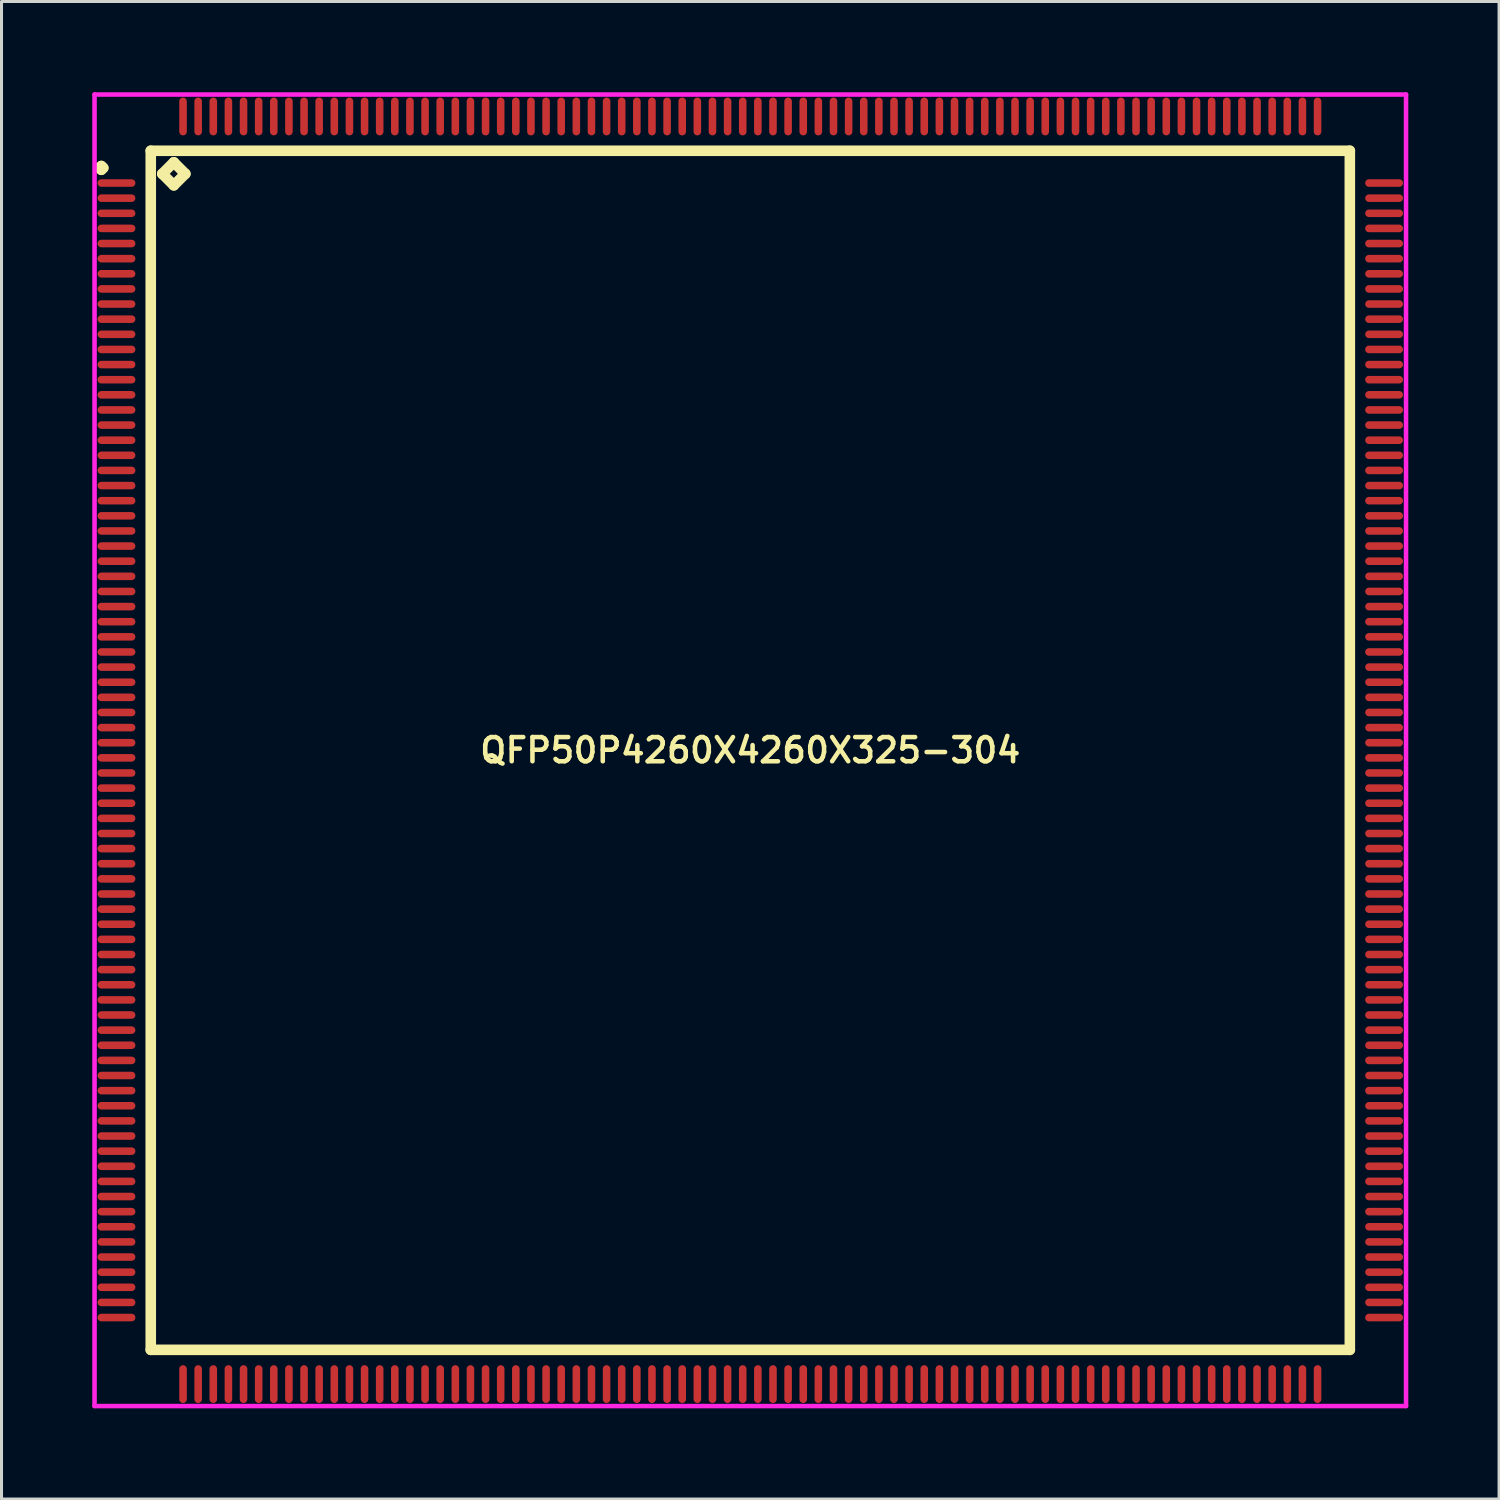
<source format=kicad_pcb>
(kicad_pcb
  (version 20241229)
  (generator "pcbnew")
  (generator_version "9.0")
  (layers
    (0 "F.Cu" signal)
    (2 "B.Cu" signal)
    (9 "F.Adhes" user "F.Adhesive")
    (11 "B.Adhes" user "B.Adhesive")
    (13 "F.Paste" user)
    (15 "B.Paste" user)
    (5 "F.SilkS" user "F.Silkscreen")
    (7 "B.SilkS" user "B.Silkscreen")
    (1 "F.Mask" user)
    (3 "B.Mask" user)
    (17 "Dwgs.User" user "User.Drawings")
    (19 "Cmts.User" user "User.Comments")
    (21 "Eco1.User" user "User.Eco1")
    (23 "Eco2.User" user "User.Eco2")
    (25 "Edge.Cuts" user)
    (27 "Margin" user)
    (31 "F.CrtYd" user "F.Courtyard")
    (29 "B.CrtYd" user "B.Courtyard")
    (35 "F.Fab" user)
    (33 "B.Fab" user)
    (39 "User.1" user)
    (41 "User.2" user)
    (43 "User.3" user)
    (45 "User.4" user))
  (footprint "QFP50P4260X4260X325-304"
    (layer "F.Cu")
    (at 21.75 21.75)
    (property "Reference" "QFP50P4260X4260X325-304" (at 0 0 0) (layer "F.SilkS") (effects (font (size 0.8 0.8) (thickness 0.15))))
    (attr smd)
    (fp_line (start -21.512 -19.25) (end -21.45 -19.312) (stroke (width 0.35) (type solid)) (layer "F.SilkS"))
    (fp_line (start -21.45 -19.312) (end -21.387 -19.25) (stroke (width 0.35) (type solid)) (layer "F.SilkS"))
    (fp_line (start -21.45 -19.188) (end -21.512 -19.25) (stroke (width 0.35) (type solid)) (layer "F.SilkS"))
    (fp_line (start -21.387 -19.25) (end -21.45 -19.188) (stroke (width 0.35) (type solid)) (layer "F.SilkS"))
    (fp_line (start -19.817 -19.817) (end -19.817 19.817) (stroke (width 0.35) (type solid)) (layer "F.SilkS"))
    (fp_line (start -19.817 19.817) (end 19.817 19.817) (stroke (width 0.35) (type solid)) (layer "F.SilkS"))
    (fp_line (start -19.436 -19.055) (end -19.055 -19.436) (stroke (width 0.35) (type solid)) (layer "F.SilkS"))
    (fp_line (start -19.055 -19.436) (end -18.674 -19.055) (stroke (width 0.35) (type solid)) (layer "F.SilkS"))
    (fp_line (start -19.055 -18.674) (end -19.436 -19.055) (stroke (width 0.35) (type solid)) (layer "F.SilkS"))
    (fp_line (start -18.674 -19.055) (end -19.055 -18.674) (stroke (width 0.35) (type solid)) (layer "F.SilkS"))
    (fp_line (start 19.817 -19.817) (end -19.817 -19.817) (stroke (width 0.35) (type solid)) (layer "F.SilkS"))
    (fp_line (start 19.817 19.817) (end 19.817 -19.817) (stroke (width 0.35) (type solid)) (layer "F.SilkS"))
    (fp_line (start -21.675 -21.675) (end 21.675 -21.675) (stroke (width 0.15) (type solid)) (layer "F.CrtYd"))
    (fp_line (start -21.675 21.675) (end -21.675 -21.675) (stroke (width 0.15) (type solid)) (layer "F.CrtYd"))
    (fp_line (start 21.675 -21.675) (end 21.675 21.675) (stroke (width 0.15) (type solid)) (layer "F.CrtYd"))
    (fp_line (start 21.675 21.675) (end -21.675 21.675) (stroke (width 0.15) (type solid)) (layer "F.CrtYd"))
    (pad "1" smd oval (at -20.95 -18.75) (size 1.25 0.25) (layers "F.Cu" "F.Mask" "F.Paste"))
    (pad "2" smd oval (at -20.95 -18.25) (size 1.25 0.25) (layers "F.Cu" "F.Mask" "F.Paste"))
    (pad "3" smd oval (at -20.95 -17.75) (size 1.25 0.25) (layers "F.Cu" "F.Mask" "F.Paste"))
    (pad "4" smd oval (at -20.95 -17.25) (size 1.25 0.25) (layers "F.Cu" "F.Mask" "F.Paste"))
    (pad "5" smd oval (at -20.95 -16.75) (size 1.25 0.25) (layers "F.Cu" "F.Mask" "F.Paste"))
    (pad "6" smd oval (at -20.95 -16.25) (size 1.25 0.25) (layers "F.Cu" "F.Mask" "F.Paste"))
    (pad "7" smd oval (at -20.95 -15.75) (size 1.25 0.25) (layers "F.Cu" "F.Mask" "F.Paste"))
    (pad "8" smd oval (at -20.95 -15.25) (size 1.25 0.25) (layers "F.Cu" "F.Mask" "F.Paste"))
    (pad "9" smd oval (at -20.95 -14.75) (size 1.25 0.25) (layers "F.Cu" "F.Mask" "F.Paste"))
    (pad "10" smd oval (at -20.95 -14.25) (size 1.25 0.25) (layers "F.Cu" "F.Mask" "F.Paste"))
    (pad "11" smd oval (at -20.95 -13.75) (size 1.25 0.25) (layers "F.Cu" "F.Mask" "F.Paste"))
    (pad "12" smd oval (at -20.95 -13.25) (size 1.25 0.25) (layers "F.Cu" "F.Mask" "F.Paste"))
    (pad "13" smd oval (at -20.95 -12.75) (size 1.25 0.25) (layers "F.Cu" "F.Mask" "F.Paste"))
    (pad "14" smd oval (at -20.95 -12.25) (size 1.25 0.25) (layers "F.Cu" "F.Mask" "F.Paste"))
    (pad "15" smd oval (at -20.95 -11.75) (size 1.25 0.25) (layers "F.Cu" "F.Mask" "F.Paste"))
    (pad "16" smd oval (at -20.95 -11.25) (size 1.25 0.25) (layers "F.Cu" "F.Mask" "F.Paste"))
    (pad "17" smd oval (at -20.95 -10.75) (size 1.25 0.25) (layers "F.Cu" "F.Mask" "F.Paste"))
    (pad "18" smd oval (at -20.95 -10.25) (size 1.25 0.25) (layers "F.Cu" "F.Mask" "F.Paste"))
    (pad "19" smd oval (at -20.95 -9.75) (size 1.25 0.25) (layers "F.Cu" "F.Mask" "F.Paste"))
    (pad "20" smd oval (at -20.95 -9.25) (size 1.25 0.25) (layers "F.Cu" "F.Mask" "F.Paste"))
    (pad "21" smd oval (at -20.95 -8.75) (size 1.25 0.25) (layers "F.Cu" "F.Mask" "F.Paste"))
    (pad "22" smd oval (at -20.95 -8.25) (size 1.25 0.25) (layers "F.Cu" "F.Mask" "F.Paste"))
    (pad "23" smd oval (at -20.95 -7.75) (size 1.25 0.25) (layers "F.Cu" "F.Mask" "F.Paste"))
    (pad "24" smd oval (at -20.95 -7.25) (size 1.25 0.25) (layers "F.Cu" "F.Mask" "F.Paste"))
    (pad "25" smd oval (at -20.95 -6.75) (size 1.25 0.25) (layers "F.Cu" "F.Mask" "F.Paste"))
    (pad "26" smd oval (at -20.95 -6.25) (size 1.25 0.25) (layers "F.Cu" "F.Mask" "F.Paste"))
    (pad "27" smd oval (at -20.95 -5.75) (size 1.25 0.25) (layers "F.Cu" "F.Mask" "F.Paste"))
    (pad "28" smd oval (at -20.95 -5.25) (size 1.25 0.25) (layers "F.Cu" "F.Mask" "F.Paste"))
    (pad "29" smd oval (at -20.95 -4.75) (size 1.25 0.25) (layers "F.Cu" "F.Mask" "F.Paste"))
    (pad "30" smd oval (at -20.95 -4.25) (size 1.25 0.25) (layers "F.Cu" "F.Mask" "F.Paste"))
    (pad "31" smd oval (at -20.95 -3.75) (size 1.25 0.25) (layers "F.Cu" "F.Mask" "F.Paste"))
    (pad "32" smd oval (at -20.95 -3.25) (size 1.25 0.25) (layers "F.Cu" "F.Mask" "F.Paste"))
    (pad "33" smd oval (at -20.95 -2.75) (size 1.25 0.25) (layers "F.Cu" "F.Mask" "F.Paste"))
    (pad "34" smd oval (at -20.95 -2.25) (size 1.25 0.25) (layers "F.Cu" "F.Mask" "F.Paste"))
    (pad "35" smd oval (at -20.95 -1.75) (size 1.25 0.25) (layers "F.Cu" "F.Mask" "F.Paste"))
    (pad "36" smd oval (at -20.95 -1.25) (size 1.25 0.25) (layers "F.Cu" "F.Mask" "F.Paste"))
    (pad "37" smd oval (at -20.95 -0.75) (size 1.25 0.25) (layers "F.Cu" "F.Mask" "F.Paste"))
    (pad "38" smd oval (at -20.95 -0.25) (size 1.25 0.25) (layers "F.Cu" "F.Mask" "F.Paste"))
    (pad "39" smd oval (at -20.95 0.25) (size 1.25 0.25) (layers "F.Cu" "F.Mask" "F.Paste"))
    (pad "40" smd oval (at -20.95 0.75) (size 1.25 0.25) (layers "F.Cu" "F.Mask" "F.Paste"))
    (pad "41" smd oval (at -20.95 1.25) (size 1.25 0.25) (layers "F.Cu" "F.Mask" "F.Paste"))
    (pad "42" smd oval (at -20.95 1.75) (size 1.25 0.25) (layers "F.Cu" "F.Mask" "F.Paste"))
    (pad "43" smd oval (at -20.95 2.25) (size 1.25 0.25) (layers "F.Cu" "F.Mask" "F.Paste"))
    (pad "44" smd oval (at -20.95 2.75) (size 1.25 0.25) (layers "F.Cu" "F.Mask" "F.Paste"))
    (pad "45" smd oval (at -20.95 3.25) (size 1.25 0.25) (layers "F.Cu" "F.Mask" "F.Paste"))
    (pad "46" smd oval (at -20.95 3.75) (size 1.25 0.25) (layers "F.Cu" "F.Mask" "F.Paste"))
    (pad "47" smd oval (at -20.95 4.25) (size 1.25 0.25) (layers "F.Cu" "F.Mask" "F.Paste"))
    (pad "48" smd oval (at -20.95 4.75) (size 1.25 0.25) (layers "F.Cu" "F.Mask" "F.Paste"))
    (pad "49" smd oval (at -20.95 5.25) (size 1.25 0.25) (layers "F.Cu" "F.Mask" "F.Paste"))
    (pad "50" smd oval (at -20.95 5.75) (size 1.25 0.25) (layers "F.Cu" "F.Mask" "F.Paste"))
    (pad "51" smd oval (at -20.95 6.25) (size 1.25 0.25) (layers "F.Cu" "F.Mask" "F.Paste"))
    (pad "52" smd oval (at -20.95 6.75) (size 1.25 0.25) (layers "F.Cu" "F.Mask" "F.Paste"))
    (pad "53" smd oval (at -20.95 7.25) (size 1.25 0.25) (layers "F.Cu" "F.Mask" "F.Paste"))
    (pad "54" smd oval (at -20.95 7.75) (size 1.25 0.25) (layers "F.Cu" "F.Mask" "F.Paste"))
    (pad "55" smd oval (at -20.95 8.25) (size 1.25 0.25) (layers "F.Cu" "F.Mask" "F.Paste"))
    (pad "56" smd oval (at -20.95 8.75) (size 1.25 0.25) (layers "F.Cu" "F.Mask" "F.Paste"))
    (pad "57" smd oval (at -20.95 9.25) (size 1.25 0.25) (layers "F.Cu" "F.Mask" "F.Paste"))
    (pad "58" smd oval (at -20.95 9.75) (size 1.25 0.25) (layers "F.Cu" "F.Mask" "F.Paste"))
    (pad "59" smd oval (at -20.95 10.25) (size 1.25 0.25) (layers "F.Cu" "F.Mask" "F.Paste"))
    (pad "60" smd oval (at -20.95 10.75) (size 1.25 0.25) (layers "F.Cu" "F.Mask" "F.Paste"))
    (pad "61" smd oval (at -20.95 11.25) (size 1.25 0.25) (layers "F.Cu" "F.Mask" "F.Paste"))
    (pad "62" smd oval (at -20.95 11.75) (size 1.25 0.25) (layers "F.Cu" "F.Mask" "F.Paste"))
    (pad "63" smd oval (at -20.95 12.25) (size 1.25 0.25) (layers "F.Cu" "F.Mask" "F.Paste"))
    (pad "64" smd oval (at -20.95 12.75) (size 1.25 0.25) (layers "F.Cu" "F.Mask" "F.Paste"))
    (pad "65" smd oval (at -20.95 13.25) (size 1.25 0.25) (layers "F.Cu" "F.Mask" "F.Paste"))
    (pad "66" smd oval (at -20.95 13.75) (size 1.25 0.25) (layers "F.Cu" "F.Mask" "F.Paste"))
    (pad "67" smd oval (at -20.95 14.25) (size 1.25 0.25) (layers "F.Cu" "F.Mask" "F.Paste"))
    (pad "68" smd oval (at -20.95 14.75) (size 1.25 0.25) (layers "F.Cu" "F.Mask" "F.Paste"))
    (pad "69" smd oval (at -20.95 15.25) (size 1.25 0.25) (layers "F.Cu" "F.Mask" "F.Paste"))
    (pad "70" smd oval (at -20.95 15.75) (size 1.25 0.25) (layers "F.Cu" "F.Mask" "F.Paste"))
    (pad "71" smd oval (at -20.95 16.25) (size 1.25 0.25) (layers "F.Cu" "F.Mask" "F.Paste"))
    (pad "72" smd oval (at -20.95 16.75) (size 1.25 0.25) (layers "F.Cu" "F.Mask" "F.Paste"))
    (pad "73" smd oval (at -20.95 17.25) (size 1.25 0.25) (layers "F.Cu" "F.Mask" "F.Paste"))
    (pad "74" smd oval (at -20.95 17.75) (size 1.25 0.25) (layers "F.Cu" "F.Mask" "F.Paste"))
    (pad "75" smd oval (at -20.95 18.25) (size 1.25 0.25) (layers "F.Cu" "F.Mask" "F.Paste"))
    (pad "76" smd oval (at -20.95 18.75) (size 1.25 0.25) (layers "F.Cu" "F.Mask" "F.Paste"))
    (pad "77" smd oval (at -18.75 20.95) (size 0.25 1.25) (layers "F.Cu" "F.Mask" "F.Paste"))
    (pad "78" smd oval (at -18.25 20.95) (size 0.25 1.25) (layers "F.Cu" "F.Mask" "F.Paste"))
    (pad "79" smd oval (at -17.75 20.95) (size 0.25 1.25) (layers "F.Cu" "F.Mask" "F.Paste"))
    (pad "80" smd oval (at -17.25 20.95) (size 0.25 1.25) (layers "F.Cu" "F.Mask" "F.Paste"))
    (pad "81" smd oval (at -16.75 20.95) (size 0.25 1.25) (layers "F.Cu" "F.Mask" "F.Paste"))
    (pad "82" smd oval (at -16.25 20.95) (size 0.25 1.25) (layers "F.Cu" "F.Mask" "F.Paste"))
    (pad "83" smd oval (at -15.75 20.95) (size 0.25 1.25) (layers "F.Cu" "F.Mask" "F.Paste"))
    (pad "84" smd oval (at -15.25 20.95) (size 0.25 1.25) (layers "F.Cu" "F.Mask" "F.Paste"))
    (pad "85" smd oval (at -14.75 20.95) (size 0.25 1.25) (layers "F.Cu" "F.Mask" "F.Paste"))
    (pad "86" smd oval (at -14.25 20.95) (size 0.25 1.25) (layers "F.Cu" "F.Mask" "F.Paste"))
    (pad "87" smd oval (at -13.75 20.95) (size 0.25 1.25) (layers "F.Cu" "F.Mask" "F.Paste"))
    (pad "88" smd oval (at -13.25 20.95) (size 0.25 1.25) (layers "F.Cu" "F.Mask" "F.Paste"))
    (pad "89" smd oval (at -12.75 20.95) (size 0.25 1.25) (layers "F.Cu" "F.Mask" "F.Paste"))
    (pad "90" smd oval (at -12.25 20.95) (size 0.25 1.25) (layers "F.Cu" "F.Mask" "F.Paste"))
    (pad "91" smd oval (at -11.75 20.95) (size 0.25 1.25) (layers "F.Cu" "F.Mask" "F.Paste"))
    (pad "92" smd oval (at -11.25 20.95) (size 0.25 1.25) (layers "F.Cu" "F.Mask" "F.Paste"))
    (pad "93" smd oval (at -10.75 20.95) (size 0.25 1.25) (layers "F.Cu" "F.Mask" "F.Paste"))
    (pad "94" smd oval (at -10.25 20.95) (size 0.25 1.25) (layers "F.Cu" "F.Mask" "F.Paste"))
    (pad "95" smd oval (at -9.75 20.95) (size 0.25 1.25) (layers "F.Cu" "F.Mask" "F.Paste"))
    (pad "96" smd oval (at -9.25 20.95) (size 0.25 1.25) (layers "F.Cu" "F.Mask" "F.Paste"))
    (pad "97" smd oval (at -8.75 20.95) (size 0.25 1.25) (layers "F.Cu" "F.Mask" "F.Paste"))
    (pad "98" smd oval (at -8.25 20.95) (size 0.25 1.25) (layers "F.Cu" "F.Mask" "F.Paste"))
    (pad "99" smd oval (at -7.75 20.95) (size 0.25 1.25) (layers "F.Cu" "F.Mask" "F.Paste"))
    (pad "100" smd oval (at -7.25 20.95) (size 0.25 1.25) (layers "F.Cu" "F.Mask" "F.Paste"))
    (pad "101" smd oval (at -6.75 20.95) (size 0.25 1.25) (layers "F.Cu" "F.Mask" "F.Paste"))
    (pad "102" smd oval (at -6.25 20.95) (size 0.25 1.25) (layers "F.Cu" "F.Mask" "F.Paste"))
    (pad "103" smd oval (at -5.75 20.95) (size 0.25 1.25) (layers "F.Cu" "F.Mask" "F.Paste"))
    (pad "104" smd oval (at -5.25 20.95) (size 0.25 1.25) (layers "F.Cu" "F.Mask" "F.Paste"))
    (pad "105" smd oval (at -4.75 20.95) (size 0.25 1.25) (layers "F.Cu" "F.Mask" "F.Paste"))
    (pad "106" smd oval (at -4.25 20.95) (size 0.25 1.25) (layers "F.Cu" "F.Mask" "F.Paste"))
    (pad "107" smd oval (at -3.75 20.95) (size 0.25 1.25) (layers "F.Cu" "F.Mask" "F.Paste"))
    (pad "108" smd oval (at -3.25 20.95) (size 0.25 1.25) (layers "F.Cu" "F.Mask" "F.Paste"))
    (pad "109" smd oval (at -2.75 20.95) (size 0.25 1.25) (layers "F.Cu" "F.Mask" "F.Paste"))
    (pad "110" smd oval (at -2.25 20.95) (size 0.25 1.25) (layers "F.Cu" "F.Mask" "F.Paste"))
    (pad "111" smd oval (at -1.75 20.95) (size 0.25 1.25) (layers "F.Cu" "F.Mask" "F.Paste"))
    (pad "112" smd oval (at -1.25 20.95) (size 0.25 1.25) (layers "F.Cu" "F.Mask" "F.Paste"))
    (pad "113" smd oval (at -0.75 20.95) (size 0.25 1.25) (layers "F.Cu" "F.Mask" "F.Paste"))
    (pad "114" smd oval (at -0.25 20.95) (size 0.25 1.25) (layers "F.Cu" "F.Mask" "F.Paste"))
    (pad "115" smd oval (at 0.25 20.95) (size 0.25 1.25) (layers "F.Cu" "F.Mask" "F.Paste"))
    (pad "116" smd oval (at 0.75 20.95) (size 0.25 1.25) (layers "F.Cu" "F.Mask" "F.Paste"))
    (pad "117" smd oval (at 1.25 20.95) (size 0.25 1.25) (layers "F.Cu" "F.Mask" "F.Paste"))
    (pad "118" smd oval (at 1.75 20.95) (size 0.25 1.25) (layers "F.Cu" "F.Mask" "F.Paste"))
    (pad "119" smd oval (at 2.25 20.95) (size 0.25 1.25) (layers "F.Cu" "F.Mask" "F.Paste"))
    (pad "120" smd oval (at 2.75 20.95) (size 0.25 1.25) (layers "F.Cu" "F.Mask" "F.Paste"))
    (pad "121" smd oval (at 3.25 20.95) (size 0.25 1.25) (layers "F.Cu" "F.Mask" "F.Paste"))
    (pad "122" smd oval (at 3.75 20.95) (size 0.25 1.25) (layers "F.Cu" "F.Mask" "F.Paste"))
    (pad "123" smd oval (at 4.25 20.95) (size 0.25 1.25) (layers "F.Cu" "F.Mask" "F.Paste"))
    (pad "124" smd oval (at 4.75 20.95) (size 0.25 1.25) (layers "F.Cu" "F.Mask" "F.Paste"))
    (pad "125" smd oval (at 5.25 20.95) (size 0.25 1.25) (layers "F.Cu" "F.Mask" "F.Paste"))
    (pad "126" smd oval (at 5.75 20.95) (size 0.25 1.25) (layers "F.Cu" "F.Mask" "F.Paste"))
    (pad "127" smd oval (at 6.25 20.95) (size 0.25 1.25) (layers "F.Cu" "F.Mask" "F.Paste"))
    (pad "128" smd oval (at 6.75 20.95) (size 0.25 1.25) (layers "F.Cu" "F.Mask" "F.Paste"))
    (pad "129" smd oval (at 7.25 20.95) (size 0.25 1.25) (layers "F.Cu" "F.Mask" "F.Paste"))
    (pad "130" smd oval (at 7.75 20.95) (size 0.25 1.25) (layers "F.Cu" "F.Mask" "F.Paste"))
    (pad "131" smd oval (at 8.25 20.95) (size 0.25 1.25) (layers "F.Cu" "F.Mask" "F.Paste"))
    (pad "132" smd oval (at 8.75 20.95) (size 0.25 1.25) (layers "F.Cu" "F.Mask" "F.Paste"))
    (pad "133" smd oval (at 9.25 20.95) (size 0.25 1.25) (layers "F.Cu" "F.Mask" "F.Paste"))
    (pad "134" smd oval (at 9.75 20.95) (size 0.25 1.25) (layers "F.Cu" "F.Mask" "F.Paste"))
    (pad "135" smd oval (at 10.25 20.95) (size 0.25 1.25) (layers "F.Cu" "F.Mask" "F.Paste"))
    (pad "136" smd oval (at 10.75 20.95) (size 0.25 1.25) (layers "F.Cu" "F.Mask" "F.Paste"))
    (pad "137" smd oval (at 11.25 20.95) (size 0.25 1.25) (layers "F.Cu" "F.Mask" "F.Paste"))
    (pad "138" smd oval (at 11.75 20.95) (size 0.25 1.25) (layers "F.Cu" "F.Mask" "F.Paste"))
    (pad "139" smd oval (at 12.25 20.95) (size 0.25 1.25) (layers "F.Cu" "F.Mask" "F.Paste"))
    (pad "140" smd oval (at 12.75 20.95) (size 0.25 1.25) (layers "F.Cu" "F.Mask" "F.Paste"))
    (pad "141" smd oval (at 13.25 20.95) (size 0.25 1.25) (layers "F.Cu" "F.Mask" "F.Paste"))
    (pad "142" smd oval (at 13.75 20.95) (size 0.25 1.25) (layers "F.Cu" "F.Mask" "F.Paste"))
    (pad "143" smd oval (at 14.25 20.95) (size 0.25 1.25) (layers "F.Cu" "F.Mask" "F.Paste"))
    (pad "144" smd oval (at 14.75 20.95) (size 0.25 1.25) (layers "F.Cu" "F.Mask" "F.Paste"))
    (pad "145" smd oval (at 15.25 20.95) (size 0.25 1.25) (layers "F.Cu" "F.Mask" "F.Paste"))
    (pad "146" smd oval (at 15.75 20.95) (size 0.25 1.25) (layers "F.Cu" "F.Mask" "F.Paste"))
    (pad "147" smd oval (at 16.25 20.95) (size 0.25 1.25) (layers "F.Cu" "F.Mask" "F.Paste"))
    (pad "148" smd oval (at 16.75 20.95) (size 0.25 1.25) (layers "F.Cu" "F.Mask" "F.Paste"))
    (pad "149" smd oval (at 17.25 20.95) (size 0.25 1.25) (layers "F.Cu" "F.Mask" "F.Paste"))
    (pad "150" smd oval (at 17.75 20.95) (size 0.25 1.25) (layers "F.Cu" "F.Mask" "F.Paste"))
    (pad "151" smd oval (at 18.25 20.95) (size 0.25 1.25) (layers "F.Cu" "F.Mask" "F.Paste"))
    (pad "152" smd oval (at 18.75 20.95) (size 0.25 1.25) (layers "F.Cu" "F.Mask" "F.Paste"))
    (pad "153" smd oval (at 20.95 18.75) (size 1.25 0.25) (layers "F.Cu" "F.Mask" "F.Paste"))
    (pad "154" smd oval (at 20.95 18.25) (size 1.25 0.25) (layers "F.Cu" "F.Mask" "F.Paste"))
    (pad "155" smd oval (at 20.95 17.75) (size 1.25 0.25) (layers "F.Cu" "F.Mask" "F.Paste"))
    (pad "156" smd oval (at 20.95 17.25) (size 1.25 0.25) (layers "F.Cu" "F.Mask" "F.Paste"))
    (pad "157" smd oval (at 20.95 16.75) (size 1.25 0.25) (layers "F.Cu" "F.Mask" "F.Paste"))
    (pad "158" smd oval (at 20.95 16.25) (size 1.25 0.25) (layers "F.Cu" "F.Mask" "F.Paste"))
    (pad "159" smd oval (at 20.95 15.75) (size 1.25 0.25) (layers "F.Cu" "F.Mask" "F.Paste"))
    (pad "160" smd oval (at 20.95 15.25) (size 1.25 0.25) (layers "F.Cu" "F.Mask" "F.Paste"))
    (pad "161" smd oval (at 20.95 14.75) (size 1.25 0.25) (layers "F.Cu" "F.Mask" "F.Paste"))
    (pad "162" smd oval (at 20.95 14.25) (size 1.25 0.25) (layers "F.Cu" "F.Mask" "F.Paste"))
    (pad "163" smd oval (at 20.95 13.75) (size 1.25 0.25) (layers "F.Cu" "F.Mask" "F.Paste"))
    (pad "164" smd oval (at 20.95 13.25) (size 1.25 0.25) (layers "F.Cu" "F.Mask" "F.Paste"))
    (pad "165" smd oval (at 20.95 12.75) (size 1.25 0.25) (layers "F.Cu" "F.Mask" "F.Paste"))
    (pad "166" smd oval (at 20.95 12.25) (size 1.25 0.25) (layers "F.Cu" "F.Mask" "F.Paste"))
    (pad "167" smd oval (at 20.95 11.75) (size 1.25 0.25) (layers "F.Cu" "F.Mask" "F.Paste"))
    (pad "168" smd oval (at 20.95 11.25) (size 1.25 0.25) (layers "F.Cu" "F.Mask" "F.Paste"))
    (pad "169" smd oval (at 20.95 10.75) (size 1.25 0.25) (layers "F.Cu" "F.Mask" "F.Paste"))
    (pad "170" smd oval (at 20.95 10.25) (size 1.25 0.25) (layers "F.Cu" "F.Mask" "F.Paste"))
    (pad "171" smd oval (at 20.95 9.75) (size 1.25 0.25) (layers "F.Cu" "F.Mask" "F.Paste"))
    (pad "172" smd oval (at 20.95 9.25) (size 1.25 0.25) (layers "F.Cu" "F.Mask" "F.Paste"))
    (pad "173" smd oval (at 20.95 8.75) (size 1.25 0.25) (layers "F.Cu" "F.Mask" "F.Paste"))
    (pad "174" smd oval (at 20.95 8.25) (size 1.25 0.25) (layers "F.Cu" "F.Mask" "F.Paste"))
    (pad "175" smd oval (at 20.95 7.75) (size 1.25 0.25) (layers "F.Cu" "F.Mask" "F.Paste"))
    (pad "176" smd oval (at 20.95 7.25) (size 1.25 0.25) (layers "F.Cu" "F.Mask" "F.Paste"))
    (pad "177" smd oval (at 20.95 6.75) (size 1.25 0.25) (layers "F.Cu" "F.Mask" "F.Paste"))
    (pad "178" smd oval (at 20.95 6.25) (size 1.25 0.25) (layers "F.Cu" "F.Mask" "F.Paste"))
    (pad "179" smd oval (at 20.95 5.75) (size 1.25 0.25) (layers "F.Cu" "F.Mask" "F.Paste"))
    (pad "180" smd oval (at 20.95 5.25) (size 1.25 0.25) (layers "F.Cu" "F.Mask" "F.Paste"))
    (pad "181" smd oval (at 20.95 4.75) (size 1.25 0.25) (layers "F.Cu" "F.Mask" "F.Paste"))
    (pad "182" smd oval (at 20.95 4.25) (size 1.25 0.25) (layers "F.Cu" "F.Mask" "F.Paste"))
    (pad "183" smd oval (at 20.95 3.75) (size 1.25 0.25) (layers "F.Cu" "F.Mask" "F.Paste"))
    (pad "184" smd oval (at 20.95 3.25) (size 1.25 0.25) (layers "F.Cu" "F.Mask" "F.Paste"))
    (pad "185" smd oval (at 20.95 2.75) (size 1.25 0.25) (layers "F.Cu" "F.Mask" "F.Paste"))
    (pad "186" smd oval (at 20.95 2.25) (size 1.25 0.25) (layers "F.Cu" "F.Mask" "F.Paste"))
    (pad "187" smd oval (at 20.95 1.75) (size 1.25 0.25) (layers "F.Cu" "F.Mask" "F.Paste"))
    (pad "188" smd oval (at 20.95 1.25) (size 1.25 0.25) (layers "F.Cu" "F.Mask" "F.Paste"))
    (pad "189" smd oval (at 20.95 0.75) (size 1.25 0.25) (layers "F.Cu" "F.Mask" "F.Paste"))
    (pad "190" smd oval (at 20.95 0.25) (size 1.25 0.25) (layers "F.Cu" "F.Mask" "F.Paste"))
    (pad "191" smd oval (at 20.95 -0.25) (size 1.25 0.25) (layers "F.Cu" "F.Mask" "F.Paste"))
    (pad "192" smd oval (at 20.95 -0.75) (size 1.25 0.25) (layers "F.Cu" "F.Mask" "F.Paste"))
    (pad "193" smd oval (at 20.95 -1.25) (size 1.25 0.25) (layers "F.Cu" "F.Mask" "F.Paste"))
    (pad "194" smd oval (at 20.95 -1.75) (size 1.25 0.25) (layers "F.Cu" "F.Mask" "F.Paste"))
    (pad "195" smd oval (at 20.95 -2.25) (size 1.25 0.25) (layers "F.Cu" "F.Mask" "F.Paste"))
    (pad "196" smd oval (at 20.95 -2.75) (size 1.25 0.25) (layers "F.Cu" "F.Mask" "F.Paste"))
    (pad "197" smd oval (at 20.95 -3.25) (size 1.25 0.25) (layers "F.Cu" "F.Mask" "F.Paste"))
    (pad "198" smd oval (at 20.95 -3.75) (size 1.25 0.25) (layers "F.Cu" "F.Mask" "F.Paste"))
    (pad "199" smd oval (at 20.95 -4.25) (size 1.25 0.25) (layers "F.Cu" "F.Mask" "F.Paste"))
    (pad "200" smd oval (at 20.95 -4.75) (size 1.25 0.25) (layers "F.Cu" "F.Mask" "F.Paste"))
    (pad "201" smd oval (at 20.95 -5.25) (size 1.25 0.25) (layers "F.Cu" "F.Mask" "F.Paste"))
    (pad "202" smd oval (at 20.95 -5.75) (size 1.25 0.25) (layers "F.Cu" "F.Mask" "F.Paste"))
    (pad "203" smd oval (at 20.95 -6.25) (size 1.25 0.25) (layers "F.Cu" "F.Mask" "F.Paste"))
    (pad "204" smd oval (at 20.95 -6.75) (size 1.25 0.25) (layers "F.Cu" "F.Mask" "F.Paste"))
    (pad "205" smd oval (at 20.95 -7.25) (size 1.25 0.25) (layers "F.Cu" "F.Mask" "F.Paste"))
    (pad "206" smd oval (at 20.95 -7.75) (size 1.25 0.25) (layers "F.Cu" "F.Mask" "F.Paste"))
    (pad "207" smd oval (at 20.95 -8.25) (size 1.25 0.25) (layers "F.Cu" "F.Mask" "F.Paste"))
    (pad "208" smd oval (at 20.95 -8.75) (size 1.25 0.25) (layers "F.Cu" "F.Mask" "F.Paste"))
    (pad "209" smd oval (at 20.95 -9.25) (size 1.25 0.25) (layers "F.Cu" "F.Mask" "F.Paste"))
    (pad "210" smd oval (at 20.95 -9.75) (size 1.25 0.25) (layers "F.Cu" "F.Mask" "F.Paste"))
    (pad "211" smd oval (at 20.95 -10.25) (size 1.25 0.25) (layers "F.Cu" "F.Mask" "F.Paste"))
    (pad "212" smd oval (at 20.95 -10.75) (size 1.25 0.25) (layers "F.Cu" "F.Mask" "F.Paste"))
    (pad "213" smd oval (at 20.95 -11.25) (size 1.25 0.25) (layers "F.Cu" "F.Mask" "F.Paste"))
    (pad "214" smd oval (at 20.95 -11.75) (size 1.25 0.25) (layers "F.Cu" "F.Mask" "F.Paste"))
    (pad "215" smd oval (at 20.95 -12.25) (size 1.25 0.25) (layers "F.Cu" "F.Mask" "F.Paste"))
    (pad "216" smd oval (at 20.95 -12.75) (size 1.25 0.25) (layers "F.Cu" "F.Mask" "F.Paste"))
    (pad "217" smd oval (at 20.95 -13.25) (size 1.25 0.25) (layers "F.Cu" "F.Mask" "F.Paste"))
    (pad "218" smd oval (at 20.95 -13.75) (size 1.25 0.25) (layers "F.Cu" "F.Mask" "F.Paste"))
    (pad "219" smd oval (at 20.95 -14.25) (size 1.25 0.25) (layers "F.Cu" "F.Mask" "F.Paste"))
    (pad "220" smd oval (at 20.95 -14.75) (size 1.25 0.25) (layers "F.Cu" "F.Mask" "F.Paste"))
    (pad "221" smd oval (at 20.95 -15.25) (size 1.25 0.25) (layers "F.Cu" "F.Mask" "F.Paste"))
    (pad "222" smd oval (at 20.95 -15.75) (size 1.25 0.25) (layers "F.Cu" "F.Mask" "F.Paste"))
    (pad "223" smd oval (at 20.95 -16.25) (size 1.25 0.25) (layers "F.Cu" "F.Mask" "F.Paste"))
    (pad "224" smd oval (at 20.95 -16.75) (size 1.25 0.25) (layers "F.Cu" "F.Mask" "F.Paste"))
    (pad "225" smd oval (at 20.95 -17.25) (size 1.25 0.25) (layers "F.Cu" "F.Mask" "F.Paste"))
    (pad "226" smd oval (at 20.95 -17.75) (size 1.25 0.25) (layers "F.Cu" "F.Mask" "F.Paste"))
    (pad "227" smd oval (at 20.95 -18.25) (size 1.25 0.25) (layers "F.Cu" "F.Mask" "F.Paste"))
    (pad "228" smd oval (at 20.95 -18.75) (size 1.25 0.25) (layers "F.Cu" "F.Mask" "F.Paste"))
    (pad "229" smd oval (at 18.75 -20.95) (size 0.25 1.25) (layers "F.Cu" "F.Mask" "F.Paste"))
    (pad "230" smd oval (at 18.25 -20.95) (size 0.25 1.25) (layers "F.Cu" "F.Mask" "F.Paste"))
    (pad "231" smd oval (at 17.75 -20.95) (size 0.25 1.25) (layers "F.Cu" "F.Mask" "F.Paste"))
    (pad "232" smd oval (at 17.25 -20.95) (size 0.25 1.25) (layers "F.Cu" "F.Mask" "F.Paste"))
    (pad "233" smd oval (at 16.75 -20.95) (size 0.25 1.25) (layers "F.Cu" "F.Mask" "F.Paste"))
    (pad "234" smd oval (at 16.25 -20.95) (size 0.25 1.25) (layers "F.Cu" "F.Mask" "F.Paste"))
    (pad "235" smd oval (at 15.75 -20.95) (size 0.25 1.25) (layers "F.Cu" "F.Mask" "F.Paste"))
    (pad "236" smd oval (at 15.25 -20.95) (size 0.25 1.25) (layers "F.Cu" "F.Mask" "F.Paste"))
    (pad "237" smd oval (at 14.75 -20.95) (size 0.25 1.25) (layers "F.Cu" "F.Mask" "F.Paste"))
    (pad "238" smd oval (at 14.25 -20.95) (size 0.25 1.25) (layers "F.Cu" "F.Mask" "F.Paste"))
    (pad "239" smd oval (at 13.75 -20.95) (size 0.25 1.25) (layers "F.Cu" "F.Mask" "F.Paste"))
    (pad "240" smd oval (at 13.25 -20.95) (size 0.25 1.25) (layers "F.Cu" "F.Mask" "F.Paste"))
    (pad "241" smd oval (at 12.75 -20.95) (size 0.25 1.25) (layers "F.Cu" "F.Mask" "F.Paste"))
    (pad "242" smd oval (at 12.25 -20.95) (size 0.25 1.25) (layers "F.Cu" "F.Mask" "F.Paste"))
    (pad "243" smd oval (at 11.75 -20.95) (size 0.25 1.25) (layers "F.Cu" "F.Mask" "F.Paste"))
    (pad "244" smd oval (at 11.25 -20.95) (size 0.25 1.25) (layers "F.Cu" "F.Mask" "F.Paste"))
    (pad "245" smd oval (at 10.75 -20.95) (size 0.25 1.25) (layers "F.Cu" "F.Mask" "F.Paste"))
    (pad "246" smd oval (at 10.25 -20.95) (size 0.25 1.25) (layers "F.Cu" "F.Mask" "F.Paste"))
    (pad "247" smd oval (at 9.75 -20.95) (size 0.25 1.25) (layers "F.Cu" "F.Mask" "F.Paste"))
    (pad "248" smd oval (at 9.25 -20.95) (size 0.25 1.25) (layers "F.Cu" "F.Mask" "F.Paste"))
    (pad "249" smd oval (at 8.75 -20.95) (size 0.25 1.25) (layers "F.Cu" "F.Mask" "F.Paste"))
    (pad "250" smd oval (at 8.25 -20.95) (size 0.25 1.25) (layers "F.Cu" "F.Mask" "F.Paste"))
    (pad "251" smd oval (at 7.75 -20.95) (size 0.25 1.25) (layers "F.Cu" "F.Mask" "F.Paste"))
    (pad "252" smd oval (at 7.25 -20.95) (size 0.25 1.25) (layers "F.Cu" "F.Mask" "F.Paste"))
    (pad "253" smd oval (at 6.75 -20.95) (size 0.25 1.25) (layers "F.Cu" "F.Mask" "F.Paste"))
    (pad "254" smd oval (at 6.25 -20.95) (size 0.25 1.25) (layers "F.Cu" "F.Mask" "F.Paste"))
    (pad "255" smd oval (at 5.75 -20.95) (size 0.25 1.25) (layers "F.Cu" "F.Mask" "F.Paste"))
    (pad "256" smd oval (at 5.25 -20.95) (size 0.25 1.25) (layers "F.Cu" "F.Mask" "F.Paste"))
    (pad "257" smd oval (at 4.75 -20.95) (size 0.25 1.25) (layers "F.Cu" "F.Mask" "F.Paste"))
    (pad "258" smd oval (at 4.25 -20.95) (size 0.25 1.25) (layers "F.Cu" "F.Mask" "F.Paste"))
    (pad "259" smd oval (at 3.75 -20.95) (size 0.25 1.25) (layers "F.Cu" "F.Mask" "F.Paste"))
    (pad "260" smd oval (at 3.25 -20.95) (size 0.25 1.25) (layers "F.Cu" "F.Mask" "F.Paste"))
    (pad "261" smd oval (at 2.75 -20.95) (size 0.25 1.25) (layers "F.Cu" "F.Mask" "F.Paste"))
    (pad "262" smd oval (at 2.25 -20.95) (size 0.25 1.25) (layers "F.Cu" "F.Mask" "F.Paste"))
    (pad "263" smd oval (at 1.75 -20.95) (size 0.25 1.25) (layers "F.Cu" "F.Mask" "F.Paste"))
    (pad "264" smd oval (at 1.25 -20.95) (size 0.25 1.25) (layers "F.Cu" "F.Mask" "F.Paste"))
    (pad "265" smd oval (at 0.75 -20.95) (size 0.25 1.25) (layers "F.Cu" "F.Mask" "F.Paste"))
    (pad "266" smd oval (at 0.25 -20.95) (size 0.25 1.25) (layers "F.Cu" "F.Mask" "F.Paste"))
    (pad "267" smd oval (at -0.25 -20.95) (size 0.25 1.25) (layers "F.Cu" "F.Mask" "F.Paste"))
    (pad "268" smd oval (at -0.75 -20.95) (size 0.25 1.25) (layers "F.Cu" "F.Mask" "F.Paste"))
    (pad "269" smd oval (at -1.25 -20.95) (size 0.25 1.25) (layers "F.Cu" "F.Mask" "F.Paste"))
    (pad "270" smd oval (at -1.75 -20.95) (size 0.25 1.25) (layers "F.Cu" "F.Mask" "F.Paste"))
    (pad "271" smd oval (at -2.25 -20.95) (size 0.25 1.25) (layers "F.Cu" "F.Mask" "F.Paste"))
    (pad "272" smd oval (at -2.75 -20.95) (size 0.25 1.25) (layers "F.Cu" "F.Mask" "F.Paste"))
    (pad "273" smd oval (at -3.25 -20.95) (size 0.25 1.25) (layers "F.Cu" "F.Mask" "F.Paste"))
    (pad "274" smd oval (at -3.75 -20.95) (size 0.25 1.25) (layers "F.Cu" "F.Mask" "F.Paste"))
    (pad "275" smd oval (at -4.25 -20.95) (size 0.25 1.25) (layers "F.Cu" "F.Mask" "F.Paste"))
    (pad "276" smd oval (at -4.75 -20.95) (size 0.25 1.25) (layers "F.Cu" "F.Mask" "F.Paste"))
    (pad "277" smd oval (at -5.25 -20.95) (size 0.25 1.25) (layers "F.Cu" "F.Mask" "F.Paste"))
    (pad "278" smd oval (at -5.75 -20.95) (size 0.25 1.25) (layers "F.Cu" "F.Mask" "F.Paste"))
    (pad "279" smd oval (at -6.25 -20.95) (size 0.25 1.25) (layers "F.Cu" "F.Mask" "F.Paste"))
    (pad "280" smd oval (at -6.75 -20.95) (size 0.25 1.25) (layers "F.Cu" "F.Mask" "F.Paste"))
    (pad "281" smd oval (at -7.25 -20.95) (size 0.25 1.25) (layers "F.Cu" "F.Mask" "F.Paste"))
    (pad "282" smd oval (at -7.75 -20.95) (size 0.25 1.25) (layers "F.Cu" "F.Mask" "F.Paste"))
    (pad "283" smd oval (at -8.25 -20.95) (size 0.25 1.25) (layers "F.Cu" "F.Mask" "F.Paste"))
    (pad "284" smd oval (at -8.75 -20.95) (size 0.25 1.25) (layers "F.Cu" "F.Mask" "F.Paste"))
    (pad "285" smd oval (at -9.25 -20.95) (size 0.25 1.25) (layers "F.Cu" "F.Mask" "F.Paste"))
    (pad "286" smd oval (at -9.75 -20.95) (size 0.25 1.25) (layers "F.Cu" "F.Mask" "F.Paste"))
    (pad "287" smd oval (at -10.25 -20.95) (size 0.25 1.25) (layers "F.Cu" "F.Mask" "F.Paste"))
    (pad "288" smd oval (at -10.75 -20.95) (size 0.25 1.25) (layers "F.Cu" "F.Mask" "F.Paste"))
    (pad "289" smd oval (at -11.25 -20.95) (size 0.25 1.25) (layers "F.Cu" "F.Mask" "F.Paste"))
    (pad "290" smd oval (at -11.75 -20.95) (size 0.25 1.25) (layers "F.Cu" "F.Mask" "F.Paste"))
    (pad "291" smd oval (at -12.25 -20.95) (size 0.25 1.25) (layers "F.Cu" "F.Mask" "F.Paste"))
    (pad "292" smd oval (at -12.75 -20.95) (size 0.25 1.25) (layers "F.Cu" "F.Mask" "F.Paste"))
    (pad "293" smd oval (at -13.25 -20.95) (size 0.25 1.25) (layers "F.Cu" "F.Mask" "F.Paste"))
    (pad "294" smd oval (at -13.75 -20.95) (size 0.25 1.25) (layers "F.Cu" "F.Mask" "F.Paste"))
    (pad "295" smd oval (at -14.25 -20.95) (size 0.25 1.25) (layers "F.Cu" "F.Mask" "F.Paste"))
    (pad "296" smd oval (at -14.75 -20.95) (size 0.25 1.25) (layers "F.Cu" "F.Mask" "F.Paste"))
    (pad "297" smd oval (at -15.25 -20.95) (size 0.25 1.25) (layers "F.Cu" "F.Mask" "F.Paste"))
    (pad "298" smd oval (at -15.75 -20.95) (size 0.25 1.25) (layers "F.Cu" "F.Mask" "F.Paste"))
    (pad "299" smd oval (at -16.25 -20.95) (size 0.25 1.25) (layers "F.Cu" "F.Mask" "F.Paste"))
    (pad "300" smd oval (at -16.75 -20.95) (size 0.25 1.25) (layers "F.Cu" "F.Mask" "F.Paste"))
    (pad "301" smd oval (at -17.25 -20.95) (size 0.25 1.25) (layers "F.Cu" "F.Mask" "F.Paste"))
    (pad "302" smd oval (at -17.75 -20.95) (size 0.25 1.25) (layers "F.Cu" "F.Mask" "F.Paste"))
    (pad "303" smd oval (at -18.25 -20.95) (size 0.25 1.25) (layers "F.Cu" "F.Mask" "F.Paste"))
    (pad "304" smd oval (at -18.75 -20.95) (size 0.25 1.25) (layers "F.Cu" "F.Mask" "F.Paste")))
  (gr_rect
    (start -3 -3)
    (end 46.5 46.5)
    (stroke (width 0.1) (type default))
    (fill no)
    (layer "Edge.Cuts")))
</source>
